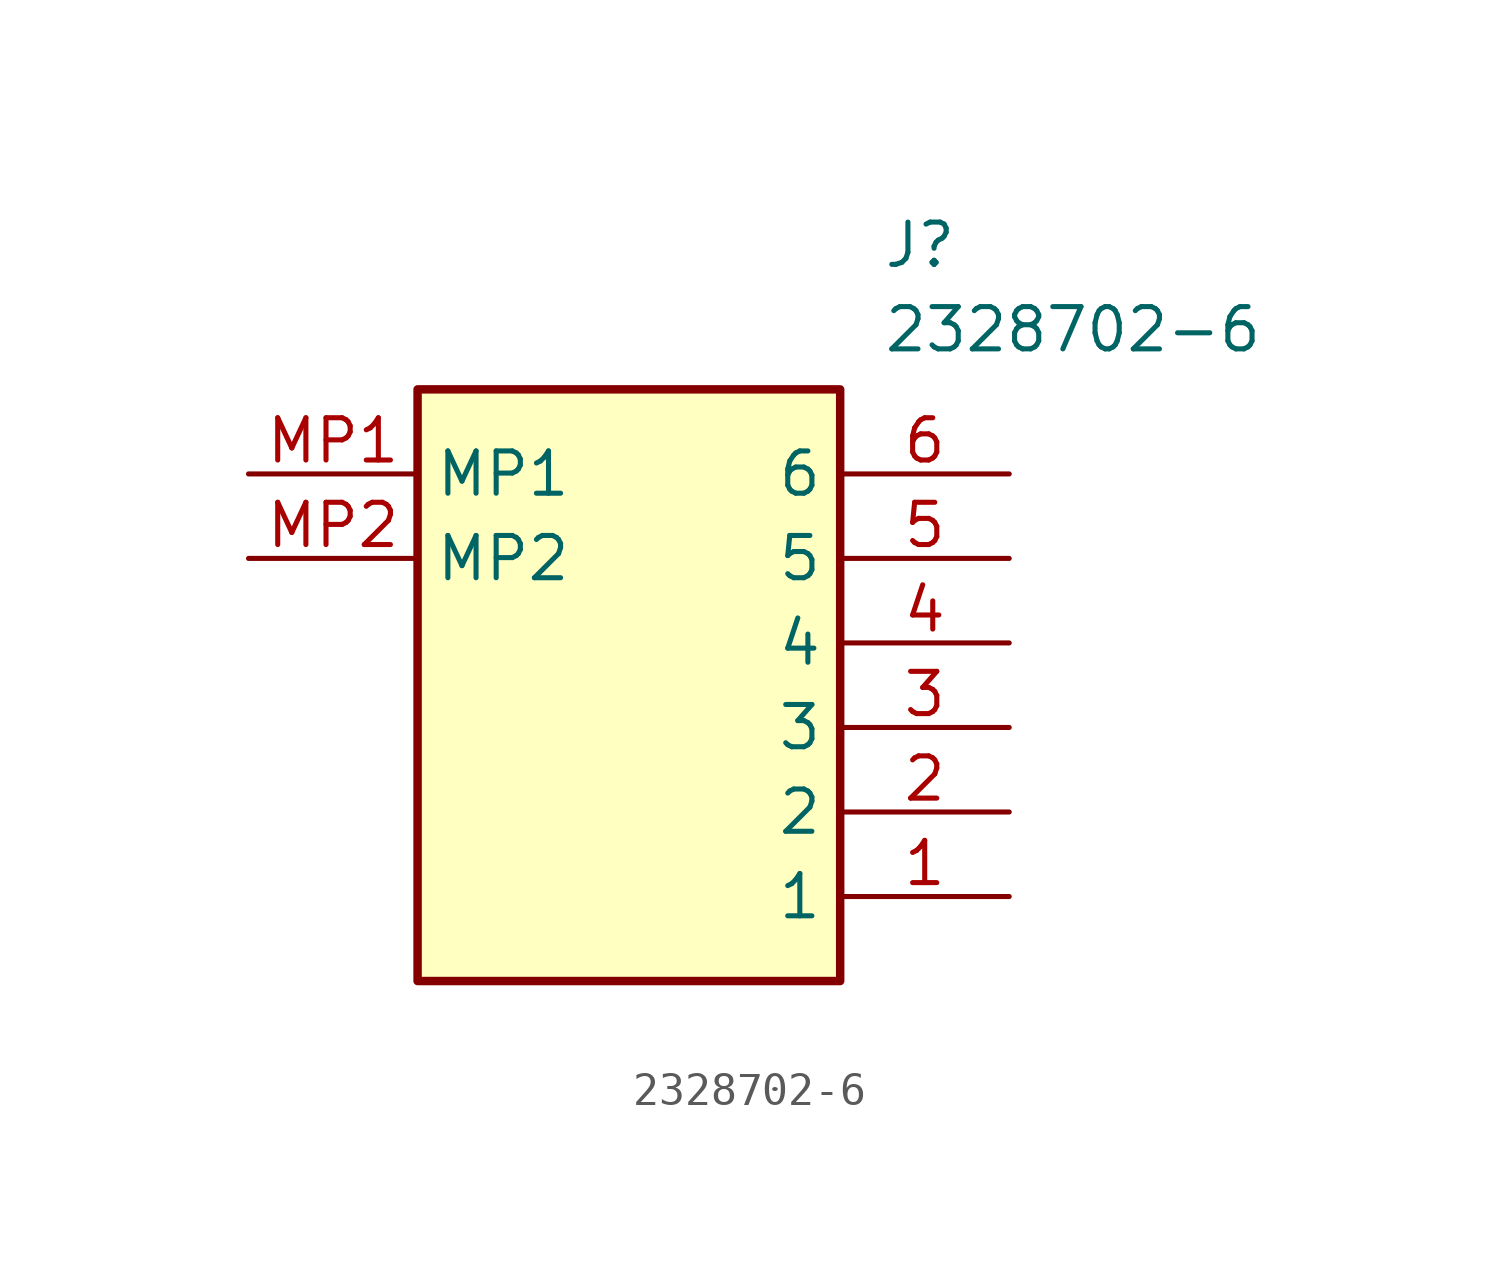
<source format=kicad_sym>
(kicad_symbol_lib
  (version 20220914)
  (generator SamacSys_ECAD_Model)
  (symbol "2328702-6"
    (property "Reference" "J"
      (at 19.05 7.62 0)
      (effects (font (size 1.27 1.27)) (justify left top)))
    (property "Value" "2328702-6"
      (at 19.05 5.08 0)
      (effects (font (size 1.27 1.27)) (justify left top)))
    (rectangle
      (start 5.08 2.54)
      (end 17.78 -15.24)
      (stroke (width 0.254) (type default))
      (fill (type background)))
    (pin passive line
      (at 22.86 -12.7 180)
      (length 5.08)
      (name "1" (effects (font (size 1.27 1.27))))
      (number "1" (effects (font (size 1.27 1.27)))))
    (pin passive line
      (at 22.86 -10.16 180)
      (length 5.08)
      (name "2" (effects (font (size 1.27 1.27))))
      (number "2" (effects (font (size 1.27 1.27)))))
    (pin passive line
      (at 22.86 -7.62 180)
      (length 5.08)
      (name "3" (effects (font (size 1.27 1.27))))
      (number "3" (effects (font (size 1.27 1.27)))))
    (pin passive line
      (at 22.86 -5.08 180)
      (length 5.08)
      (name "4" (effects (font (size 1.27 1.27))))
      (number "4" (effects (font (size 1.27 1.27)))))
    (pin passive line
      (at 22.86 -2.54 180)
      (length 5.08)
      (name "5" (effects (font (size 1.27 1.27))))
      (number "5" (effects (font (size 1.27 1.27)))))
    (pin passive line
      (at 22.86 0 180)
      (length 5.08)
      (name "6" (effects (font (size 1.27 1.27))))
      (number "6" (effects (font (size 1.27 1.27)))))
    (pin passive line
      (at 0 0 0)
      (length 5.08)
      (name "MP1" (effects (font (size 1.27 1.27))))
      (number "MP1" (effects (font (size 1.27 1.27)))))
    (pin passive line
      (at 0 -2.54 0)
      (length 5.08)
      (name "MP2" (effects (font (size 1.27 1.27))))
      (number "MP2" (effects (font (size 1.27 1.27)))))))
</source>
